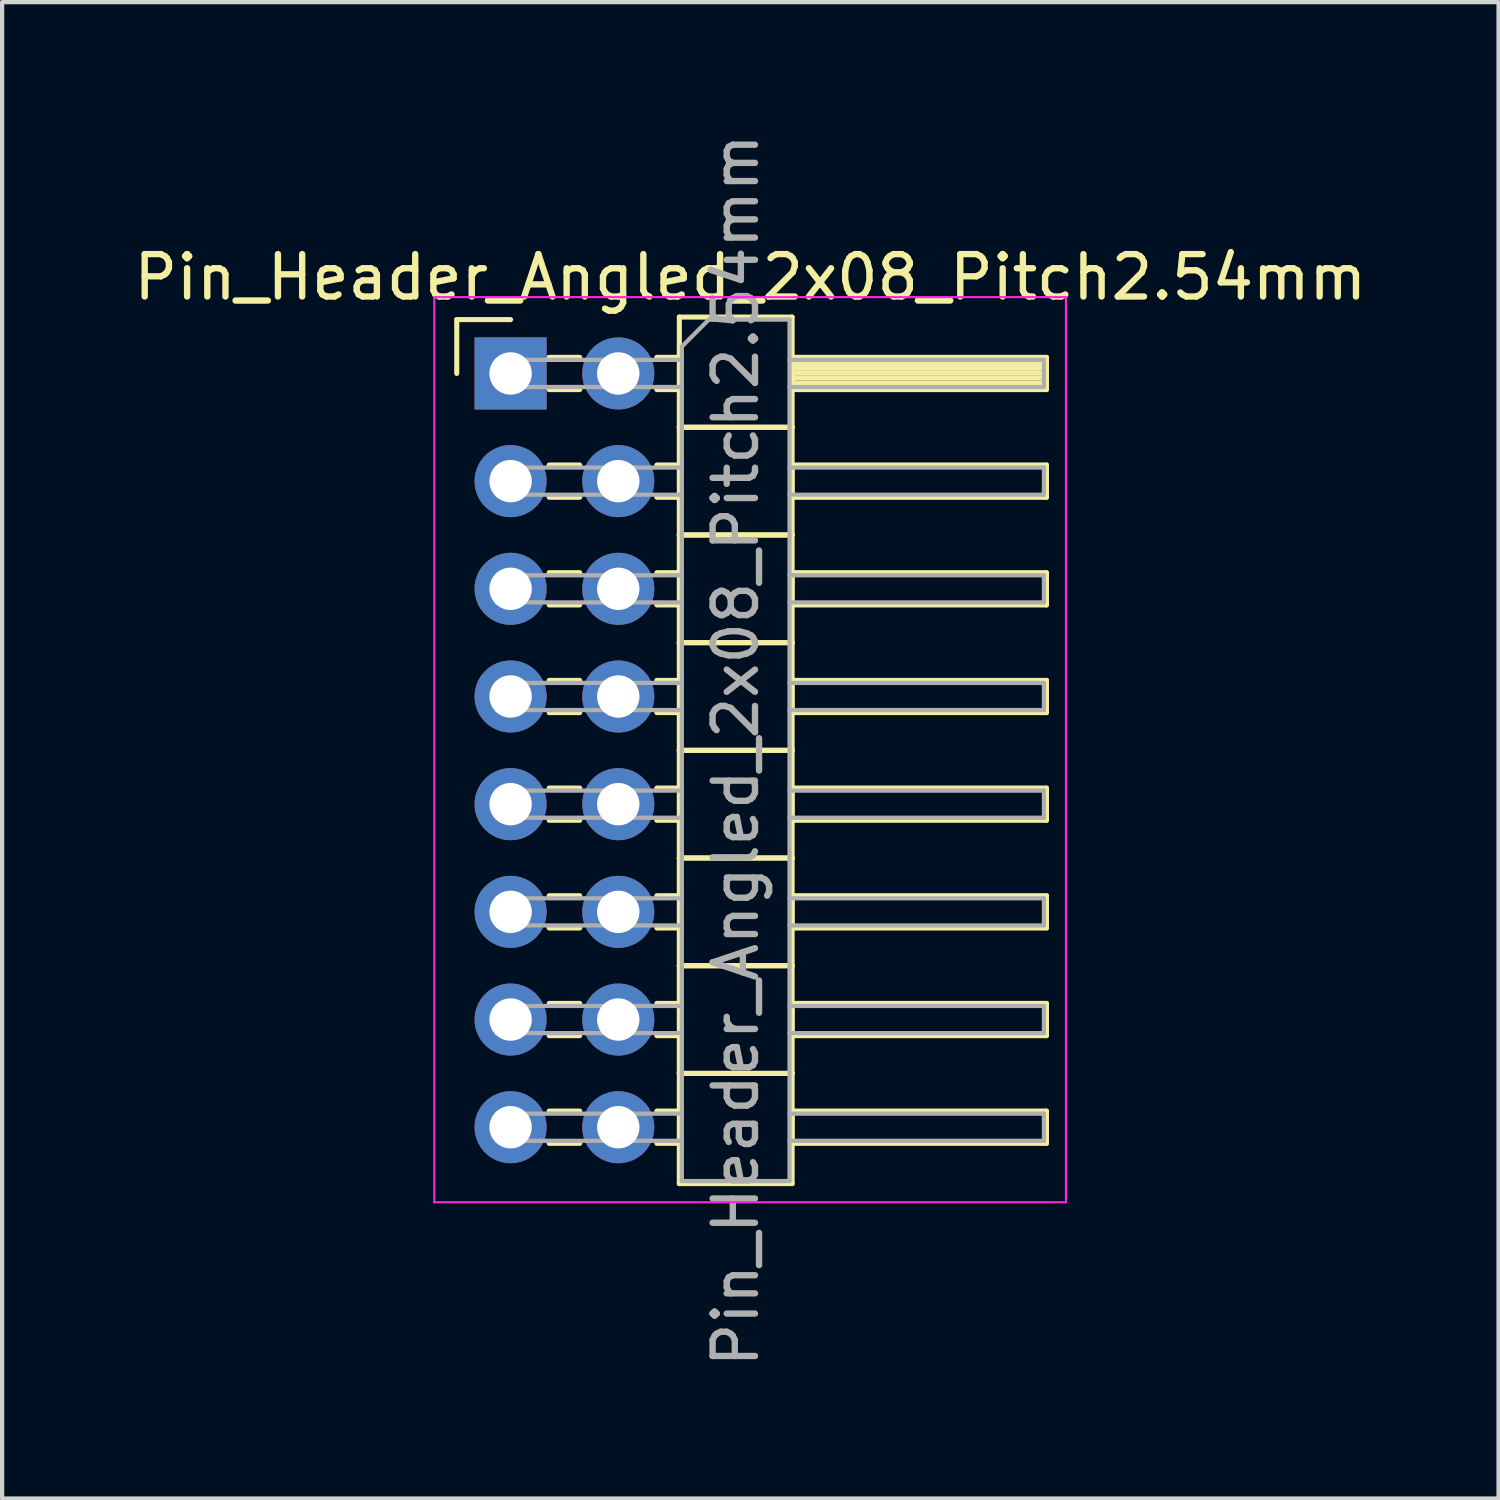
<source format=kicad_pcb>
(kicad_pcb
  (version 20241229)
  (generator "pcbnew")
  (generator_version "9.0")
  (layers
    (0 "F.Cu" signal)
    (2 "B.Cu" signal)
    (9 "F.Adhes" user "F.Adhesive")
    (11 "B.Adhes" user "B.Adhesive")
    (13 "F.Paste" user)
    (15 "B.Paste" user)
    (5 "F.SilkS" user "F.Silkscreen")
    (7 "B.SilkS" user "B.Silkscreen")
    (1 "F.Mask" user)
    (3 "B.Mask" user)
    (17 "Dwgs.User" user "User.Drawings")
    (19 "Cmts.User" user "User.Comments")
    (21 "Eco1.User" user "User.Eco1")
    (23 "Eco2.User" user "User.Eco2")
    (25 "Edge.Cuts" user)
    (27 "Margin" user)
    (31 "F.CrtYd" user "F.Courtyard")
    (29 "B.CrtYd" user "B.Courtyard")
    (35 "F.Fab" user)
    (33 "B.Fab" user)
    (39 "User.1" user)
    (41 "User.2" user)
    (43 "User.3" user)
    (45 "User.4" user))
  (footprint "Pin_Header_Angled_2x08_Pitch2.54mm"
    (layer "F.Cu")
    (at 8.994 5.759)
    (property "Reference" "Pin_Header_Angled_2x08_Pitch2.54mm" (at 5.655 -2.27 0) (layer "F.SilkS") (effects (font (size 1 1) (thickness 0.15))))
    (attr through_hole)
    (fp_line (start -1.27 -1.27) (end 0 -1.27) (stroke (width 0.12) (type solid)) (layer "F.SilkS"))
    (fp_line (start -1.27 0) (end -1.27 -1.27) (stroke (width 0.12) (type solid)) (layer "F.SilkS"))
    (fp_line (start 0.91 -0.38) (end 1.63 -0.38) (stroke (width 0.12) (type solid)) (layer "F.SilkS"))
    (fp_line (start 0.91 0.38) (end 1.63 0.38) (stroke (width 0.12) (type solid)) (layer "F.SilkS"))
    (fp_line (start 0.91 2.16) (end 1.63 2.16) (stroke (width 0.12) (type solid)) (layer "F.SilkS"))
    (fp_line (start 0.91 2.92) (end 1.63 2.92) (stroke (width 0.12) (type solid)) (layer "F.SilkS"))
    (fp_line (start 0.91 4.7) (end 1.63 4.7) (stroke (width 0.12) (type solid)) (layer "F.SilkS"))
    (fp_line (start 0.91 5.46) (end 1.63 5.46) (stroke (width 0.12) (type solid)) (layer "F.SilkS"))
    (fp_line (start 0.91 7.24) (end 1.63 7.24) (stroke (width 0.12) (type solid)) (layer "F.SilkS"))
    (fp_line (start 0.91 8) (end 1.63 8) (stroke (width 0.12) (type solid)) (layer "F.SilkS"))
    (fp_line (start 0.91 9.78) (end 1.63 9.78) (stroke (width 0.12) (type solid)) (layer "F.SilkS"))
    (fp_line (start 0.91 10.54) (end 1.63 10.54) (stroke (width 0.12) (type solid)) (layer "F.SilkS"))
    (fp_line (start 0.91 12.32) (end 1.63 12.32) (stroke (width 0.12) (type solid)) (layer "F.SilkS"))
    (fp_line (start 0.91 13.08) (end 1.63 13.08) (stroke (width 0.12) (type solid)) (layer "F.SilkS"))
    (fp_line (start 0.91 14.86) (end 1.63 14.86) (stroke (width 0.12) (type solid)) (layer "F.SilkS"))
    (fp_line (start 0.91 15.62) (end 1.63 15.62) (stroke (width 0.12) (type solid)) (layer "F.SilkS"))
    (fp_line (start 0.91 17.4) (end 1.63 17.4) (stroke (width 0.12) (type solid)) (layer "F.SilkS"))
    (fp_line (start 0.91 18.16) (end 1.63 18.16) (stroke (width 0.12) (type solid)) (layer "F.SilkS"))
    (fp_line (start 3.45 -0.38) (end 3.98 -0.38) (stroke (width 0.12) (type solid)) (layer "F.SilkS"))
    (fp_line (start 3.45 0.38) (end 3.98 0.38) (stroke (width 0.12) (type solid)) (layer "F.SilkS"))
    (fp_line (start 3.45 2.16) (end 3.98 2.16) (stroke (width 0.12) (type solid)) (layer "F.SilkS"))
    (fp_line (start 3.45 2.92) (end 3.98 2.92) (stroke (width 0.12) (type solid)) (layer "F.SilkS"))
    (fp_line (start 3.45 4.7) (end 3.98 4.7) (stroke (width 0.12) (type solid)) (layer "F.SilkS"))
    (fp_line (start 3.45 5.46) (end 3.98 5.46) (stroke (width 0.12) (type solid)) (layer "F.SilkS"))
    (fp_line (start 3.45 7.24) (end 3.98 7.24) (stroke (width 0.12) (type solid)) (layer "F.SilkS"))
    (fp_line (start 3.45 8) (end 3.98 8) (stroke (width 0.12) (type solid)) (layer "F.SilkS"))
    (fp_line (start 3.45 9.78) (end 3.98 9.78) (stroke (width 0.12) (type solid)) (layer "F.SilkS"))
    (fp_line (start 3.45 10.54) (end 3.98 10.54) (stroke (width 0.12) (type solid)) (layer "F.SilkS"))
    (fp_line (start 3.45 12.32) (end 3.98 12.32) (stroke (width 0.12) (type solid)) (layer "F.SilkS"))
    (fp_line (start 3.45 13.08) (end 3.98 13.08) (stroke (width 0.12) (type solid)) (layer "F.SilkS"))
    (fp_line (start 3.45 14.86) (end 3.98 14.86) (stroke (width 0.12) (type solid)) (layer "F.SilkS"))
    (fp_line (start 3.45 15.62) (end 3.98 15.62) (stroke (width 0.12) (type solid)) (layer "F.SilkS"))
    (fp_line (start 3.45 17.4) (end 3.98 17.4) (stroke (width 0.12) (type solid)) (layer "F.SilkS"))
    (fp_line (start 3.45 18.16) (end 3.98 18.16) (stroke (width 0.12) (type solid)) (layer "F.SilkS"))
    (fp_line (start 3.98 -1.33) (end 3.98 1.27) (stroke (width 0.12) (type solid)) (layer "F.SilkS"))
    (fp_line (start 3.98 1.27) (end 3.98 3.81) (stroke (width 0.12) (type solid)) (layer "F.SilkS"))
    (fp_line (start 3.98 1.27) (end 6.64 1.27) (stroke (width 0.12) (type solid)) (layer "F.SilkS"))
    (fp_line (start 3.98 3.81) (end 3.98 6.35) (stroke (width 0.12) (type solid)) (layer "F.SilkS"))
    (fp_line (start 3.98 3.81) (end 6.64 3.81) (stroke (width 0.12) (type solid)) (layer "F.SilkS"))
    (fp_line (start 3.98 6.35) (end 3.98 8.89) (stroke (width 0.12) (type solid)) (layer "F.SilkS"))
    (fp_line (start 3.98 6.35) (end 6.64 6.35) (stroke (width 0.12) (type solid)) (layer "F.SilkS"))
    (fp_line (start 3.98 8.89) (end 3.98 11.43) (stroke (width 0.12) (type solid)) (layer "F.SilkS"))
    (fp_line (start 3.98 8.89) (end 6.64 8.89) (stroke (width 0.12) (type solid)) (layer "F.SilkS"))
    (fp_line (start 3.98 11.43) (end 3.98 13.97) (stroke (width 0.12) (type solid)) (layer "F.SilkS"))
    (fp_line (start 3.98 11.43) (end 6.64 11.43) (stroke (width 0.12) (type solid)) (layer "F.SilkS"))
    (fp_line (start 3.98 13.97) (end 3.98 16.51) (stroke (width 0.12) (type solid)) (layer "F.SilkS"))
    (fp_line (start 3.98 13.97) (end 6.64 13.97) (stroke (width 0.12) (type solid)) (layer "F.SilkS"))
    (fp_line (start 3.98 16.51) (end 3.98 19.11) (stroke (width 0.12) (type solid)) (layer "F.SilkS"))
    (fp_line (start 3.98 16.51) (end 6.64 16.51) (stroke (width 0.12) (type solid)) (layer "F.SilkS"))
    (fp_line (start 3.98 19.11) (end 6.64 19.11) (stroke (width 0.12) (type solid)) (layer "F.SilkS"))
    (fp_line (start 6.64 -1.33) (end 3.98 -1.33) (stroke (width 0.12) (type solid)) (layer "F.SilkS"))
    (fp_line (start 6.64 -0.38) (end 6.64 0.38) (stroke (width 0.12) (type solid)) (layer "F.SilkS"))
    (fp_line (start 6.64 -0.26) (end 12.64 -0.26) (stroke (width 0.12) (type solid)) (layer "F.SilkS"))
    (fp_line (start 6.64 -0.14) (end 12.64 -0.14) (stroke (width 0.12) (type solid)) (layer "F.SilkS"))
    (fp_line (start 6.64 -0.02) (end 12.64 -0.02) (stroke (width 0.12) (type solid)) (layer "F.SilkS"))
    (fp_line (start 6.64 0.1) (end 12.64 0.1) (stroke (width 0.12) (type solid)) (layer "F.SilkS"))
    (fp_line (start 6.64 0.22) (end 12.64 0.22) (stroke (width 0.12) (type solid)) (layer "F.SilkS"))
    (fp_line (start 6.64 0.34) (end 12.64 0.34) (stroke (width 0.12) (type solid)) (layer "F.SilkS"))
    (fp_line (start 6.64 0.38) (end 12.64 0.38) (stroke (width 0.12) (type solid)) (layer "F.SilkS"))
    (fp_line (start 6.64 1.27) (end 3.98 1.27) (stroke (width 0.12) (type solid)) (layer "F.SilkS"))
    (fp_line (start 6.64 1.27) (end 6.64 -1.33) (stroke (width 0.12) (type solid)) (layer "F.SilkS"))
    (fp_line (start 6.64 2.16) (end 6.64 2.92) (stroke (width 0.12) (type solid)) (layer "F.SilkS"))
    (fp_line (start 6.64 2.92) (end 12.64 2.92) (stroke (width 0.12) (type solid)) (layer "F.SilkS"))
    (fp_line (start 6.64 3.81) (end 3.98 3.81) (stroke (width 0.12) (type solid)) (layer "F.SilkS"))
    (fp_line (start 6.64 3.81) (end 6.64 1.27) (stroke (width 0.12) (type solid)) (layer "F.SilkS"))
    (fp_line (start 6.64 4.7) (end 6.64 5.46) (stroke (width 0.12) (type solid)) (layer "F.SilkS"))
    (fp_line (start 6.64 5.46) (end 12.64 5.46) (stroke (width 0.12) (type solid)) (layer "F.SilkS"))
    (fp_line (start 6.64 6.35) (end 3.98 6.35) (stroke (width 0.12) (type solid)) (layer "F.SilkS"))
    (fp_line (start 6.64 6.35) (end 6.64 3.81) (stroke (width 0.12) (type solid)) (layer "F.SilkS"))
    (fp_line (start 6.64 7.24) (end 6.64 8) (stroke (width 0.12) (type solid)) (layer "F.SilkS"))
    (fp_line (start 6.64 8) (end 12.64 8) (stroke (width 0.12) (type solid)) (layer "F.SilkS"))
    (fp_line (start 6.64 8.89) (end 3.98 8.89) (stroke (width 0.12) (type solid)) (layer "F.SilkS"))
    (fp_line (start 6.64 8.89) (end 6.64 6.35) (stroke (width 0.12) (type solid)) (layer "F.SilkS"))
    (fp_line (start 6.64 9.78) (end 6.64 10.54) (stroke (width 0.12) (type solid)) (layer "F.SilkS"))
    (fp_line (start 6.64 10.54) (end 12.64 10.54) (stroke (width 0.12) (type solid)) (layer "F.SilkS"))
    (fp_line (start 6.64 11.43) (end 3.98 11.43) (stroke (width 0.12) (type solid)) (layer "F.SilkS"))
    (fp_line (start 6.64 11.43) (end 6.64 8.89) (stroke (width 0.12) (type solid)) (layer "F.SilkS"))
    (fp_line (start 6.64 12.32) (end 6.64 13.08) (stroke (width 0.12) (type solid)) (layer "F.SilkS"))
    (fp_line (start 6.64 13.08) (end 12.64 13.08) (stroke (width 0.12) (type solid)) (layer "F.SilkS"))
    (fp_line (start 6.64 13.97) (end 3.98 13.97) (stroke (width 0.12) (type solid)) (layer "F.SilkS"))
    (fp_line (start 6.64 13.97) (end 6.64 11.43) (stroke (width 0.12) (type solid)) (layer "F.SilkS"))
    (fp_line (start 6.64 14.86) (end 6.64 15.62) (stroke (width 0.12) (type solid)) (layer "F.SilkS"))
    (fp_line (start 6.64 15.62) (end 12.64 15.62) (stroke (width 0.12) (type solid)) (layer "F.SilkS"))
    (fp_line (start 6.64 16.51) (end 3.98 16.51) (stroke (width 0.12) (type solid)) (layer "F.SilkS"))
    (fp_line (start 6.64 16.51) (end 6.64 13.97) (stroke (width 0.12) (type solid)) (layer "F.SilkS"))
    (fp_line (start 6.64 17.4) (end 6.64 18.16) (stroke (width 0.12) (type solid)) (layer "F.SilkS"))
    (fp_line (start 6.64 18.16) (end 12.64 18.16) (stroke (width 0.12) (type solid)) (layer "F.SilkS"))
    (fp_line (start 6.64 19.11) (end 6.64 16.51) (stroke (width 0.12) (type solid)) (layer "F.SilkS"))
    (fp_line (start 12.64 -0.38) (end 6.64 -0.38) (stroke (width 0.12) (type solid)) (layer "F.SilkS"))
    (fp_line (start 12.64 0.38) (end 12.64 -0.38) (stroke (width 0.12) (type solid)) (layer "F.SilkS"))
    (fp_line (start 12.64 2.16) (end 6.64 2.16) (stroke (width 0.12) (type solid)) (layer "F.SilkS"))
    (fp_line (start 12.64 2.92) (end 12.64 2.16) (stroke (width 0.12) (type solid)) (layer "F.SilkS"))
    (fp_line (start 12.64 4.7) (end 6.64 4.7) (stroke (width 0.12) (type solid)) (layer "F.SilkS"))
    (fp_line (start 12.64 5.46) (end 12.64 4.7) (stroke (width 0.12) (type solid)) (layer "F.SilkS"))
    (fp_line (start 12.64 7.24) (end 6.64 7.24) (stroke (width 0.12) (type solid)) (layer "F.SilkS"))
    (fp_line (start 12.64 8) (end 12.64 7.24) (stroke (width 0.12) (type solid)) (layer "F.SilkS"))
    (fp_line (start 12.64 9.78) (end 6.64 9.78) (stroke (width 0.12) (type solid)) (layer "F.SilkS"))
    (fp_line (start 12.64 10.54) (end 12.64 9.78) (stroke (width 0.12) (type solid)) (layer "F.SilkS"))
    (fp_line (start 12.64 12.32) (end 6.64 12.32) (stroke (width 0.12) (type solid)) (layer "F.SilkS"))
    (fp_line (start 12.64 13.08) (end 12.64 12.32) (stroke (width 0.12) (type solid)) (layer "F.SilkS"))
    (fp_line (start 12.64 14.86) (end 6.64 14.86) (stroke (width 0.12) (type solid)) (layer "F.SilkS"))
    (fp_line (start 12.64 15.62) (end 12.64 14.86) (stroke (width 0.12) (type solid)) (layer "F.SilkS"))
    (fp_line (start 12.64 17.4) (end 6.64 17.4) (stroke (width 0.12) (type solid)) (layer "F.SilkS"))
    (fp_line (start 12.64 18.16) (end 12.64 17.4) (stroke (width 0.12) (type solid)) (layer "F.SilkS"))
    (fp_line (start -1.8 -1.8) (end -1.8 19.55) (stroke (width 0.05) (type solid)) (layer "F.CrtYd"))
    (fp_line (start -1.8 19.55) (end 13.1 19.55) (stroke (width 0.05) (type solid)) (layer "F.CrtYd"))
    (fp_line (start 13.1 -1.8) (end -1.8 -1.8) (stroke (width 0.05) (type solid)) (layer "F.CrtYd"))
    (fp_line (start 13.1 19.55) (end 13.1 -1.8) (stroke (width 0.05) (type solid)) (layer "F.CrtYd"))
    (fp_line (start -0.32 -0.32) (end -0.32 0.32) (stroke (width 0.1) (type solid)) (layer "F.Fab"))
    (fp_line (start -0.32 -0.32) (end 4.04 -0.32) (stroke (width 0.1) (type solid)) (layer "F.Fab"))
    (fp_line (start -0.32 0.32) (end 4.04 0.32) (stroke (width 0.1) (type solid)) (layer "F.Fab"))
    (fp_line (start -0.32 2.22) (end -0.32 2.86) (stroke (width 0.1) (type solid)) (layer "F.Fab"))
    (fp_line (start -0.32 2.22) (end 4.04 2.22) (stroke (width 0.1) (type solid)) (layer "F.Fab"))
    (fp_line (start -0.32 2.86) (end 4.04 2.86) (stroke (width 0.1) (type solid)) (layer "F.Fab"))
    (fp_line (start -0.32 4.76) (end -0.32 5.4) (stroke (width 0.1) (type solid)) (layer "F.Fab"))
    (fp_line (start -0.32 4.76) (end 4.04 4.76) (stroke (width 0.1) (type solid)) (layer "F.Fab"))
    (fp_line (start -0.32 5.4) (end 4.04 5.4) (stroke (width 0.1) (type solid)) (layer "F.Fab"))
    (fp_line (start -0.32 7.3) (end -0.32 7.94) (stroke (width 0.1) (type solid)) (layer "F.Fab"))
    (fp_line (start -0.32 7.3) (end 4.04 7.3) (stroke (width 0.1) (type solid)) (layer "F.Fab"))
    (fp_line (start -0.32 7.94) (end 4.04 7.94) (stroke (width 0.1) (type solid)) (layer "F.Fab"))
    (fp_line (start -0.32 9.84) (end -0.32 10.48) (stroke (width 0.1) (type solid)) (layer "F.Fab"))
    (fp_line (start -0.32 9.84) (end 4.04 9.84) (stroke (width 0.1) (type solid)) (layer "F.Fab"))
    (fp_line (start -0.32 10.48) (end 4.04 10.48) (stroke (width 0.1) (type solid)) (layer "F.Fab"))
    (fp_line (start -0.32 12.38) (end -0.32 13.02) (stroke (width 0.1) (type solid)) (layer "F.Fab"))
    (fp_line (start -0.32 12.38) (end 4.04 12.38) (stroke (width 0.1) (type solid)) (layer "F.Fab"))
    (fp_line (start -0.32 13.02) (end 4.04 13.02) (stroke (width 0.1) (type solid)) (layer "F.Fab"))
    (fp_line (start -0.32 14.92) (end -0.32 15.56) (stroke (width 0.1) (type solid)) (layer "F.Fab"))
    (fp_line (start -0.32 14.92) (end 4.04 14.92) (stroke (width 0.1) (type solid)) (layer "F.Fab"))
    (fp_line (start -0.32 15.56) (end 4.04 15.56) (stroke (width 0.1) (type solid)) (layer "F.Fab"))
    (fp_line (start -0.32 17.46) (end -0.32 18.1) (stroke (width 0.1) (type solid)) (layer "F.Fab"))
    (fp_line (start -0.32 17.46) (end 4.04 17.46) (stroke (width 0.1) (type solid)) (layer "F.Fab"))
    (fp_line (start -0.32 18.1) (end 4.04 18.1) (stroke (width 0.1) (type solid)) (layer "F.Fab"))
    (fp_line (start 4.04 -0.635) (end 4.675 -1.27) (stroke (width 0.1) (type solid)) (layer "F.Fab"))
    (fp_line (start 4.04 19.05) (end 4.04 -0.635) (stroke (width 0.1) (type solid)) (layer "F.Fab"))
    (fp_line (start 4.675 -1.27) (end 6.58 -1.27) (stroke (width 0.1) (type solid)) (layer "F.Fab"))
    (fp_line (start 6.58 -1.27) (end 6.58 19.05) (stroke (width 0.1) (type solid)) (layer "F.Fab"))
    (fp_line (start 6.58 -0.32) (end 12.58 -0.32) (stroke (width 0.1) (type solid)) (layer "F.Fab"))
    (fp_line (start 6.58 0.32) (end 12.58 0.32) (stroke (width 0.1) (type solid)) (layer "F.Fab"))
    (fp_line (start 6.58 2.22) (end 12.58 2.22) (stroke (width 0.1) (type solid)) (layer "F.Fab"))
    (fp_line (start 6.58 2.86) (end 12.58 2.86) (stroke (width 0.1) (type solid)) (layer "F.Fab"))
    (fp_line (start 6.58 4.76) (end 12.58 4.76) (stroke (width 0.1) (type solid)) (layer "F.Fab"))
    (fp_line (start 6.58 5.4) (end 12.58 5.4) (stroke (width 0.1) (type solid)) (layer "F.Fab"))
    (fp_line (start 6.58 7.3) (end 12.58 7.3) (stroke (width 0.1) (type solid)) (layer "F.Fab"))
    (fp_line (start 6.58 7.94) (end 12.58 7.94) (stroke (width 0.1) (type solid)) (layer "F.Fab"))
    (fp_line (start 6.58 9.84) (end 12.58 9.84) (stroke (width 0.1) (type solid)) (layer "F.Fab"))
    (fp_line (start 6.58 10.48) (end 12.58 10.48) (stroke (width 0.1) (type solid)) (layer "F.Fab"))
    (fp_line (start 6.58 12.38) (end 12.58 12.38) (stroke (width 0.1) (type solid)) (layer "F.Fab"))
    (fp_line (start 6.58 13.02) (end 12.58 13.02) (stroke (width 0.1) (type solid)) (layer "F.Fab"))
    (fp_line (start 6.58 14.92) (end 12.58 14.92) (stroke (width 0.1) (type solid)) (layer "F.Fab"))
    (fp_line (start 6.58 15.56) (end 12.58 15.56) (stroke (width 0.1) (type solid)) (layer "F.Fab"))
    (fp_line (start 6.58 17.46) (end 12.58 17.46) (stroke (width 0.1) (type solid)) (layer "F.Fab"))
    (fp_line (start 6.58 18.1) (end 12.58 18.1) (stroke (width 0.1) (type solid)) (layer "F.Fab"))
    (fp_line (start 6.58 19.05) (end 4.04 19.05) (stroke (width 0.1) (type solid)) (layer "F.Fab"))
    (fp_line (start 12.58 -0.32) (end 12.58 0.32) (stroke (width 0.1) (type solid)) (layer "F.Fab"))
    (fp_line (start 12.58 2.22) (end 12.58 2.86) (stroke (width 0.1) (type solid)) (layer "F.Fab"))
    (fp_line (start 12.58 4.76) (end 12.58 5.4) (stroke (width 0.1) (type solid)) (layer "F.Fab"))
    (fp_line (start 12.58 7.3) (end 12.58 7.94) (stroke (width 0.1) (type solid)) (layer "F.Fab"))
    (fp_line (start 12.58 9.84) (end 12.58 10.48) (stroke (width 0.1) (type solid)) (layer "F.Fab"))
    (fp_line (start 12.58 12.38) (end 12.58 13.02) (stroke (width 0.1) (type solid)) (layer "F.Fab"))
    (fp_line (start 12.58 14.92) (end 12.58 15.56) (stroke (width 0.1) (type solid)) (layer "F.Fab"))
    (fp_line (start 12.58 17.46) (end 12.58 18.1) (stroke (width 0.1) (type solid)) (layer "F.Fab"))
    (fp_text user "${REFERENCE}" (at 5.31 8.89 90) (layer "F.Fab") (effects (font (size 1 1) (thickness 0.15))))
    (pad "1" thru_hole rect (at 0 0) (size 1.7 1.7) (drill 1) (layers "*.Cu" "*.Mask"))
    (pad "2" thru_hole oval (at 2.54 0) (size 1.7 1.7) (drill 1) (layers "*.Cu" "*.Mask"))
    (pad "3" thru_hole oval (at 0 2.54) (size 1.7 1.7) (drill 1) (layers "*.Cu" "*.Mask"))
    (pad "4" thru_hole oval (at 2.54 2.54) (size 1.7 1.7) (drill 1) (layers "*.Cu" "*.Mask"))
    (pad "5" thru_hole oval (at 0 5.08) (size 1.7 1.7) (drill 1) (layers "*.Cu" "*.Mask"))
    (pad "6" thru_hole oval (at 2.54 5.08) (size 1.7 1.7) (drill 1) (layers "*.Cu" "*.Mask"))
    (pad "7" thru_hole oval (at 0 7.62) (size 1.7 1.7) (drill 1) (layers "*.Cu" "*.Mask"))
    (pad "8" thru_hole oval (at 2.54 7.62) (size 1.7 1.7) (drill 1) (layers "*.Cu" "*.Mask"))
    (pad "9" thru_hole oval (at 0 10.16) (size 1.7 1.7) (drill 1) (layers "*.Cu" "*.Mask"))
    (pad "10" thru_hole oval (at 2.54 10.16) (size 1.7 1.7) (drill 1) (layers "*.Cu" "*.Mask"))
    (pad "11" thru_hole oval (at 0 12.7) (size 1.7 1.7) (drill 1) (layers "*.Cu" "*.Mask"))
    (pad "12" thru_hole oval (at 2.54 12.7) (size 1.7 1.7) (drill 1) (layers "*.Cu" "*.Mask"))
    (pad "13" thru_hole oval (at 0 15.24) (size 1.7 1.7) (drill 1) (layers "*.Cu" "*.Mask"))
    (pad "14" thru_hole oval (at 2.54 15.24) (size 1.7 1.7) (drill 1) (layers "*.Cu" "*.Mask"))
    (pad "15" thru_hole oval (at 0 17.78) (size 1.7 1.7) (drill 1) (layers "*.Cu" "*.Mask"))
    (pad "16" thru_hole oval (at 2.54 17.78) (size 1.7 1.7) (drill 1) (layers "*.Cu" "*.Mask")))
  (gr_rect
    (start -3 -3)
    (end 32.298 32.298)
    (stroke (width 0.1) (type default))
    (fill no)
    (layer "Edge.Cuts")))
</source>
